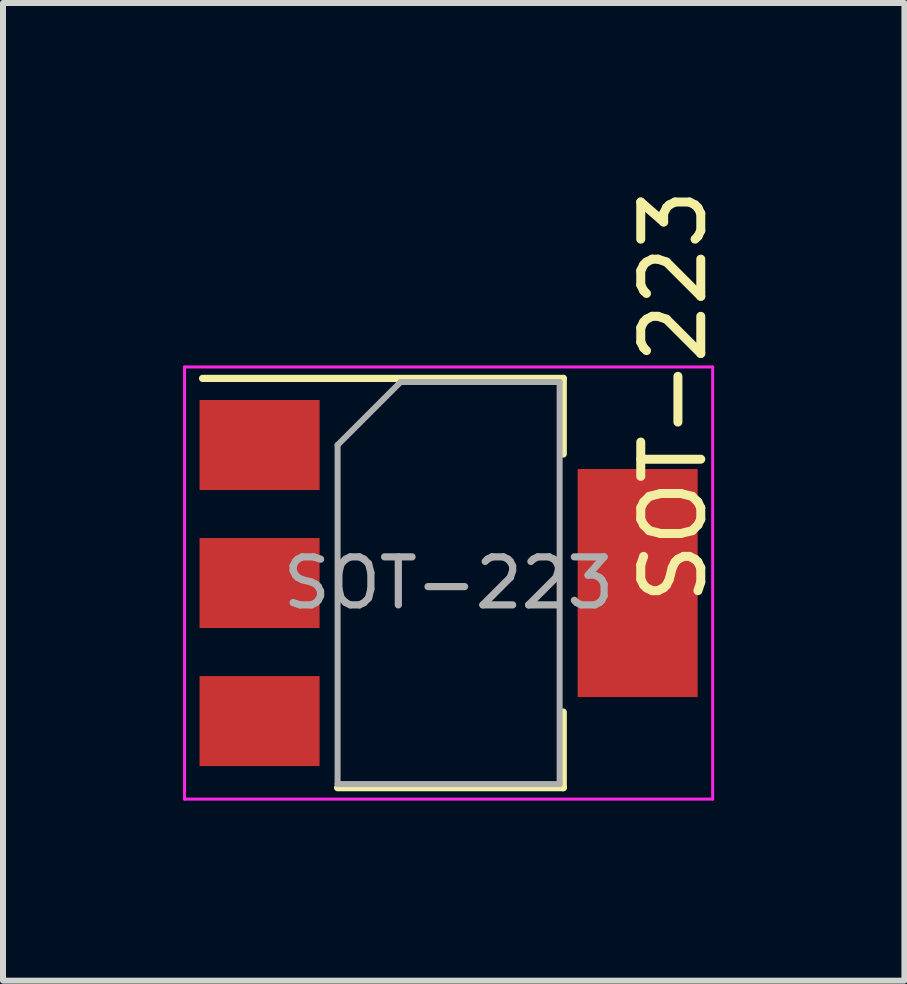
<source format=kicad_pcb>
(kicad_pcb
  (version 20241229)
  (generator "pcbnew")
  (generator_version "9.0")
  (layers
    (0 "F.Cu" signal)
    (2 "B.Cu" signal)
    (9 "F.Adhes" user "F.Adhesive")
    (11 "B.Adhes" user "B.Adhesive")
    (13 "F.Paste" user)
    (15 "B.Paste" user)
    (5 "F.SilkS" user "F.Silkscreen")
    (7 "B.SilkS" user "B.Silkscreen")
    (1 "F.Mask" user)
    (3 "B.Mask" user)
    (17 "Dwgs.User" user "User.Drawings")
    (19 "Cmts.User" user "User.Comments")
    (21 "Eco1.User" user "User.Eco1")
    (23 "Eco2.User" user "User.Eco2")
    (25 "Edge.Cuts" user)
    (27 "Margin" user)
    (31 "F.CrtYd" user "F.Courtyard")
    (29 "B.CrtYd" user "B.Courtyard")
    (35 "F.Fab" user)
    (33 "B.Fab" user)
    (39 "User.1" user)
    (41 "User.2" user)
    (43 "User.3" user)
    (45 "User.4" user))
  (footprint "SOT-223"
    (layer "F.Cu")
    (at 4.425 6.665)
    (property "Reference" "SOT-223" (at 3.747 -3.111 90) (layer "F.SilkS") (effects (font (size 1 1) (thickness 0.15))))
    (attr smd)
    (fp_line (start -4.1 -3.41) (end 1.91 -3.41) (stroke (width 0.12) (type solid)) (layer "F.SilkS"))
    (fp_line (start -1.85 3.41) (end 1.91 3.41) (stroke (width 0.12) (type solid)) (layer "F.SilkS"))
    (fp_line (start 1.91 -3.41) (end 1.91 -2.15) (stroke (width 0.12) (type solid)) (layer "F.SilkS"))
    (fp_line (start 1.91 3.41) (end 1.91 2.15) (stroke (width 0.12) (type solid)) (layer "F.SilkS"))
    (fp_line (start -4.4 -3.6) (end -4.4 3.6) (stroke (width 0.05) (type solid)) (layer "F.CrtYd"))
    (fp_line (start -4.4 3.6) (end 4.4 3.6) (stroke (width 0.05) (type solid)) (layer "F.CrtYd"))
    (fp_line (start 4.4 -3.6) (end -4.4 -3.6) (stroke (width 0.05) (type solid)) (layer "F.CrtYd"))
    (fp_line (start 4.4 3.6) (end 4.4 -3.6) (stroke (width 0.05) (type solid)) (layer "F.CrtYd"))
    (fp_line (start -1.85 -2.3) (end -1.85 3.35) (stroke (width 0.1) (type solid)) (layer "F.Fab"))
    (fp_line (start -1.85 -2.3) (end -0.8 -3.35) (stroke (width 0.1) (type solid)) (layer "F.Fab"))
    (fp_line (start -1.85 3.35) (end 1.85 3.35) (stroke (width 0.1) (type solid)) (layer "F.Fab"))
    (fp_line (start -0.8 -3.35) (end 1.85 -3.35) (stroke (width 0.1) (type solid)) (layer "F.Fab"))
    (fp_line (start 1.85 -3.35) (end 1.85 3.35) (stroke (width 0.1) (type solid)) (layer "F.Fab"))
    (fp_text user "${REFERENCE}" (at 0 0 0) (layer "F.Fab") (effects (font (size 0.8 0.8) (thickness 0.12))))
    (pad "1" smd rect (at -3.15 -2.3) (size 2 1.5) (layers "F.Cu" "F.Mask" "F.Paste"))
    (pad "3" smd rect (at -3.15 0) (size 2 1.5) (layers "F.Cu" "F.Mask" "F.Paste"))
    (pad "3" smd rect (at -3.15 2.3) (size 2 1.5) (layers "F.Cu" "F.Mask" "F.Paste"))
    (pad "3" smd rect (at 3.15 0) (size 2 3.8) (layers "F.Cu" "F.Mask" "F.Paste")))
  (gr_rect
    (start -3 -3)
    (end 12.02 13.29)
    (stroke (width 0.1) (type default))
    (fill no)
    (layer "Edge.Cuts")))
</source>
